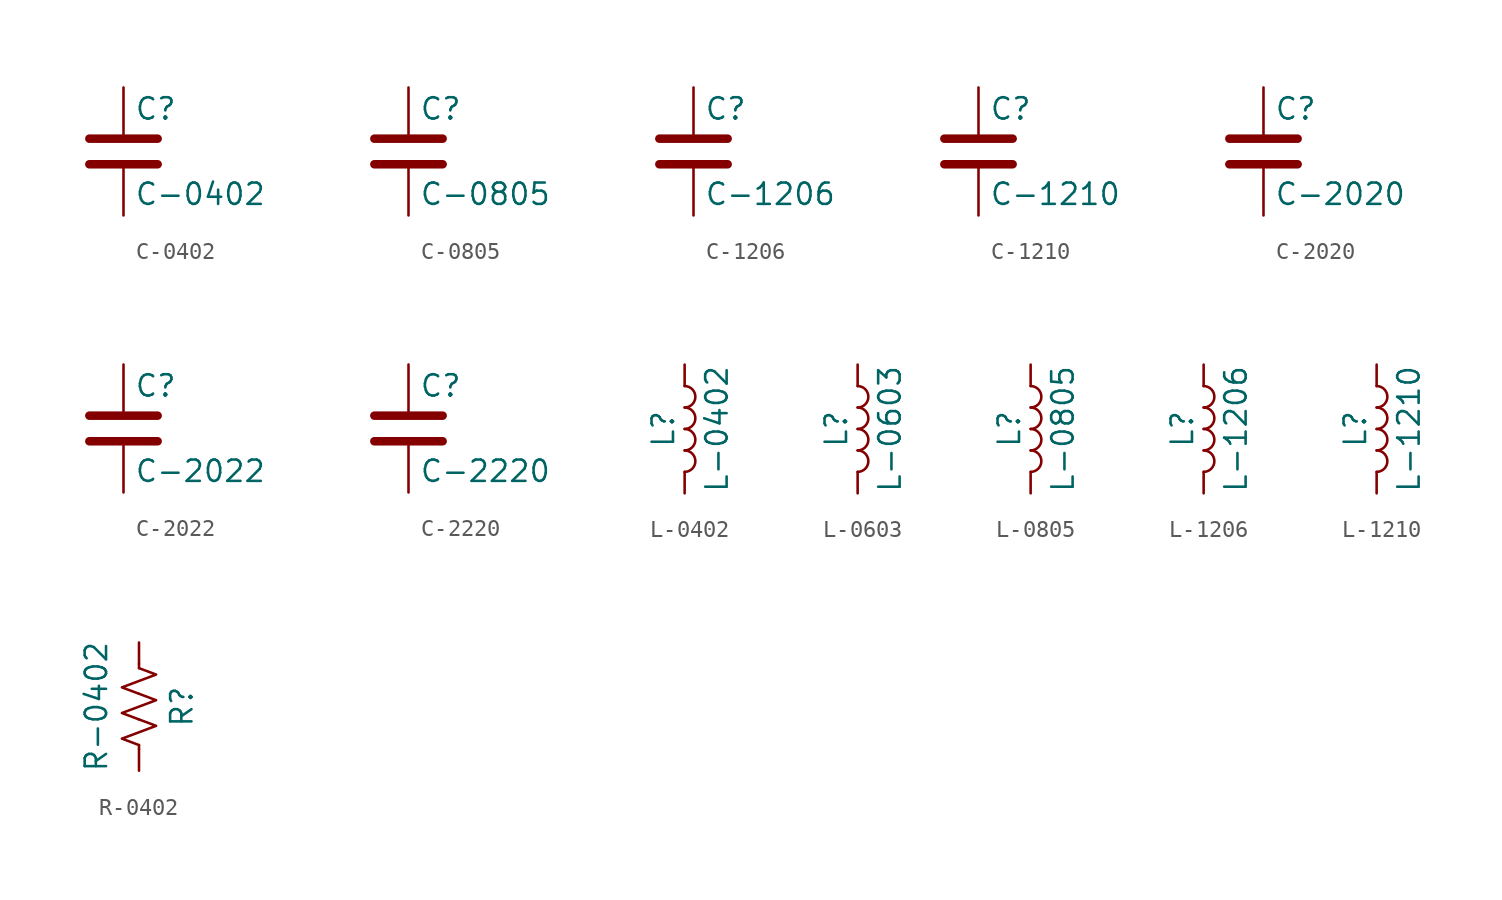
<source format=kicad_sym>
(kicad_symbol_lib
  (version 20200126)
  (host kicad_symbol_editor "(5.99.0-2251-g5226d6b4d)")
  (symbol "passives:C-0402"
    (pin_numbers hide)
    (pin_names
      (offset 0.254))
    (property "Reference" "C"
      (at 0.635 2.54 0)
      (effects (font (size 1.27 1.27)) (justify left)))
    (property "Value" "C-0402"
      (at 0.635 -2.54 0)
      (effects (font (size 1.27 1.27)) (justify left)))
    (symbol "C-0402_0_1"
      (polyline (pts (xy -2.032 -0.762) (xy 2.032 -0.762)) (stroke (width 0.508)) (fill (type none)))
      (polyline (pts (xy -2.032 0.762) (xy 2.032 0.762)) (stroke (width 0.508)) (fill (type none))))
    (symbol "C-0402_1_1"
      (pin passive line (at 0 3.81 270) (length 2.794) (name "~" (effects (font (size 1.27 1.27)))) (number "1" (effects (font (size 1.27 1.27)))))
      (pin passive line (at 0 -3.81 90) (length 2.794) (name "~" (effects (font (size 1.27 1.27)))) (number "2" (effects (font (size 1.27 1.27)))))))
  (symbol "passives:C-0805"
    (pin_numbers hide)
    (pin_names
      (offset 0.254))
    (property "Reference" "C"
      (at 0.635 2.54 0)
      (effects (font (size 1.27 1.27)) (justify left)))
    (property "Value" "C-0805"
      (at 0.635 -2.54 0)
      (effects (font (size 1.27 1.27)) (justify left)))
    (symbol "C-0805_0_1"
      (polyline (pts (xy -2.032 -0.762) (xy 2.032 -0.762)) (stroke (width 0.508)) (fill (type none)))
      (polyline (pts (xy -2.032 0.762) (xy 2.032 0.762)) (stroke (width 0.508)) (fill (type none))))
    (symbol "C-0805_1_1"
      (pin passive line (at 0 3.81 270) (length 2.794) (name "~" (effects (font (size 1.27 1.27)))) (number "1" (effects (font (size 1.27 1.27)))))
      (pin passive line (at 0 -3.81 90) (length 2.794) (name "~" (effects (font (size 1.27 1.27)))) (number "2" (effects (font (size 1.27 1.27)))))))
  (symbol "passives:C-1206"
    (pin_numbers hide)
    (pin_names
      (offset 0.254))
    (property "Reference" "C"
      (at 0.635 2.54 0)
      (effects (font (size 1.27 1.27)) (justify left)))
    (property "Value" "C-1206"
      (at 0.635 -2.54 0)
      (effects (font (size 1.27 1.27)) (justify left)))
    (symbol "C-1206_0_1"
      (polyline (pts (xy -2.032 -0.762) (xy 2.032 -0.762)) (stroke (width 0.508)) (fill (type none)))
      (polyline (pts (xy -2.032 0.762) (xy 2.032 0.762)) (stroke (width 0.508)) (fill (type none))))
    (symbol "C-1206_1_1"
      (pin passive line (at 0 3.81 270) (length 2.794) (name "~" (effects (font (size 1.27 1.27)))) (number "1" (effects (font (size 1.27 1.27)))))
      (pin passive line (at 0 -3.81 90) (length 2.794) (name "~" (effects (font (size 1.27 1.27)))) (number "2" (effects (font (size 1.27 1.27)))))))
  (symbol "passives:C-1210"
    (pin_numbers hide)
    (pin_names
      (offset 0.254))
    (property "Reference" "C"
      (at 0.635 2.54 0)
      (effects (font (size 1.27 1.27)) (justify left)))
    (property "Value" "C-1210"
      (at 0.635 -2.54 0)
      (effects (font (size 1.27 1.27)) (justify left)))
    (symbol "C-1210_0_1"
      (polyline (pts (xy -2.032 -0.762) (xy 2.032 -0.762)) (stroke (width 0.508)) (fill (type none)))
      (polyline (pts (xy -2.032 0.762) (xy 2.032 0.762)) (stroke (width 0.508)) (fill (type none))))
    (symbol "C-1210_1_1"
      (pin passive line (at 0 3.81 270) (length 2.794) (name "~" (effects (font (size 1.27 1.27)))) (number "1" (effects (font (size 1.27 1.27)))))
      (pin passive line (at 0 -3.81 90) (length 2.794) (name "~" (effects (font (size 1.27 1.27)))) (number "2" (effects (font (size 1.27 1.27)))))))
  (symbol "passives:C-2020"
    (pin_numbers hide)
    (pin_names
      (offset 0.254))
    (property "Reference" "C"
      (at 0.635 2.54 0)
      (effects (font (size 1.27 1.27)) (justify left)))
    (property "Value" "C-2020"
      (at 0.635 -2.54 0)
      (effects (font (size 1.27 1.27)) (justify left)))
    (symbol "C-2020_0_1"
      (polyline (pts (xy -2.032 -0.762) (xy 2.032 -0.762)) (stroke (width 0.508)) (fill (type none)))
      (polyline (pts (xy -2.032 0.762) (xy 2.032 0.762)) (stroke (width 0.508)) (fill (type none))))
    (symbol "C-2020_1_1"
      (pin passive line (at 0 3.81 270) (length 2.794) (name "~" (effects (font (size 1.27 1.27)))) (number "1" (effects (font (size 1.27 1.27)))))
      (pin passive line (at 0 -3.81 90) (length 2.794) (name "~" (effects (font (size 1.27 1.27)))) (number "2" (effects (font (size 1.27 1.27)))))))
  (symbol "passives:C-2022"
    (pin_numbers hide)
    (pin_names
      (offset 0.254))
    (property "Reference" "C"
      (at 0.635 2.54 0)
      (effects (font (size 1.27 1.27)) (justify left)))
    (property "Value" "C-2022"
      (at 0.635 -2.54 0)
      (effects (font (size 1.27 1.27)) (justify left)))
    (symbol "C-2022_0_1"
      (polyline (pts (xy -2.032 -0.762) (xy 2.032 -0.762)) (stroke (width 0.508)) (fill (type none)))
      (polyline (pts (xy -2.032 0.762) (xy 2.032 0.762)) (stroke (width 0.508)) (fill (type none))))
    (symbol "C-2022_1_1"
      (pin passive line (at 0 3.81 270) (length 2.794) (name "~" (effects (font (size 1.27 1.27)))) (number "1" (effects (font (size 1.27 1.27)))))
      (pin passive line (at 0 -3.81 90) (length 2.794) (name "~" (effects (font (size 1.27 1.27)))) (number "2" (effects (font (size 1.27 1.27)))))))
  (symbol "passives:C-2220"
    (pin_numbers hide)
    (pin_names
      (offset 0.254))
    (property "Reference" "C"
      (at 0.635 2.54 0)
      (effects (font (size 1.27 1.27)) (justify left)))
    (property "Value" "C-2220"
      (at 0.635 -2.54 0)
      (effects (font (size 1.27 1.27)) (justify left)))
    (symbol "C-2220_0_1"
      (polyline (pts (xy -2.032 -0.762) (xy 2.032 -0.762)) (stroke (width 0.508)) (fill (type none)))
      (polyline (pts (xy -2.032 0.762) (xy 2.032 0.762)) (stroke (width 0.508)) (fill (type none))))
    (symbol "C-2220_1_1"
      (pin passive line (at 0 3.81 270) (length 2.794) (name "~" (effects (font (size 1.27 1.27)))) (number "1" (effects (font (size 1.27 1.27)))))
      (pin passive line (at 0 -3.81 90) (length 2.794) (name "~" (effects (font (size 1.27 1.27)))) (number "2" (effects (font (size 1.27 1.27)))))))
  (symbol "passives:L-0402"
    (pin_numbers hide)
    (pin_names hide)
    (property "Reference" "L"
      (at -1.27 0 90)
      (effects (font (size 1.27 1.27))))
    (property "Value" "L-0402"
      (at 1.905 0 90)
      (effects (font (size 1.27 1.27))))
    (symbol "L-0402_0_1"
      (arc (start 0 -2.54) (end 0 -1.27) (radius (at 0 -1.905) (length 0.635) (angles -89.9 89.9)) (stroke (width 0)) (fill (type none)))
      (arc (start 0 -1.27) (end 0 0) (radius (at 0 -0.635) (length 0.635) (angles -89.9 89.9)) (stroke (width 0)) (fill (type none)))
      (arc (start 0 0) (end 0 1.27) (radius (at 0 0.635) (length 0.635) (angles -89.9 89.9)) (stroke (width 0)) (fill (type none)))
      (arc (start 0 1.27) (end 0 2.54) (radius (at 0 1.905) (length 0.635) (angles -89.9 89.9)) (stroke (width 0)) (fill (type none))))
    (symbol "L-0402_1_1"
      (pin passive line (at 0 3.81 270) (length 1.27) (name "1" (effects (font (size 1.27 1.27)))) (number "1" (effects (font (size 1.27 1.27)))))
      (pin passive line (at 0 -3.81 90) (length 1.27) (name "2" (effects (font (size 1.27 1.27)))) (number "2" (effects (font (size 1.27 1.27)))))))
  (symbol "passives:L-0603"
    (pin_numbers hide)
    (pin_names hide)
    (property "Reference" "L"
      (at -1.27 0 90)
      (effects (font (size 1.27 1.27))))
    (property "Value" "L-0603"
      (at 1.905 0 90)
      (effects (font (size 1.27 1.27))))
    (symbol "L-0603_0_1"
      (arc (start 0 -2.54) (end 0 -1.27) (radius (at 0 -1.905) (length 0.635) (angles -89.9 89.9)) (stroke (width 0)) (fill (type none)))
      (arc (start 0 -1.27) (end 0 0) (radius (at 0 -0.635) (length 0.635) (angles -89.9 89.9)) (stroke (width 0)) (fill (type none)))
      (arc (start 0 0) (end 0 1.27) (radius (at 0 0.635) (length 0.635) (angles -89.9 89.9)) (stroke (width 0)) (fill (type none)))
      (arc (start 0 1.27) (end 0 2.54) (radius (at 0 1.905) (length 0.635) (angles -89.9 89.9)) (stroke (width 0)) (fill (type none))))
    (symbol "L-0603_1_1"
      (pin passive line (at 0 3.81 270) (length 1.27) (name "1" (effects (font (size 1.27 1.27)))) (number "1" (effects (font (size 1.27 1.27)))))
      (pin passive line (at 0 -3.81 90) (length 1.27) (name "2" (effects (font (size 1.27 1.27)))) (number "2" (effects (font (size 1.27 1.27)))))))
  (symbol "passives:L-0805"
    (pin_numbers hide)
    (pin_names hide)
    (property "Reference" "L"
      (at -1.27 0 90)
      (effects (font (size 1.27 1.27))))
    (property "Value" "L-0805"
      (at 1.905 0 90)
      (effects (font (size 1.27 1.27))))
    (symbol "L-0805_0_1"
      (arc (start 0 -2.54) (end 0 -1.27) (radius (at 0 -1.905) (length 0.635) (angles -89.9 89.9)) (stroke (width 0)) (fill (type none)))
      (arc (start 0 -1.27) (end 0 0) (radius (at 0 -0.635) (length 0.635) (angles -89.9 89.9)) (stroke (width 0)) (fill (type none)))
      (arc (start 0 0) (end 0 1.27) (radius (at 0 0.635) (length 0.635) (angles -89.9 89.9)) (stroke (width 0)) (fill (type none)))
      (arc (start 0 1.27) (end 0 2.54) (radius (at 0 1.905) (length 0.635) (angles -89.9 89.9)) (stroke (width 0)) (fill (type none))))
    (symbol "L-0805_1_1"
      (pin passive line (at 0 3.81 270) (length 1.27) (name "1" (effects (font (size 1.27 1.27)))) (number "1" (effects (font (size 1.27 1.27)))))
      (pin passive line (at 0 -3.81 90) (length 1.27) (name "2" (effects (font (size 1.27 1.27)))) (number "2" (effects (font (size 1.27 1.27)))))))
  (symbol "passives:L-1206"
    (pin_numbers hide)
    (pin_names hide)
    (property "Reference" "L"
      (at -1.27 0 90)
      (effects (font (size 1.27 1.27))))
    (property "Value" "L-1206"
      (at 1.905 0 90)
      (effects (font (size 1.27 1.27))))
    (symbol "L-1206_0_1"
      (arc (start 0 -2.54) (end 0 -1.27) (radius (at 0 -1.905) (length 0.635) (angles -89.9 89.9)) (stroke (width 0)) (fill (type none)))
      (arc (start 0 -1.27) (end 0 0) (radius (at 0 -0.635) (length 0.635) (angles -89.9 89.9)) (stroke (width 0)) (fill (type none)))
      (arc (start 0 0) (end 0 1.27) (radius (at 0 0.635) (length 0.635) (angles -89.9 89.9)) (stroke (width 0)) (fill (type none)))
      (arc (start 0 1.27) (end 0 2.54) (radius (at 0 1.905) (length 0.635) (angles -89.9 89.9)) (stroke (width 0)) (fill (type none))))
    (symbol "L-1206_1_1"
      (pin passive line (at 0 3.81 270) (length 1.27) (name "1" (effects (font (size 1.27 1.27)))) (number "1" (effects (font (size 1.27 1.27)))))
      (pin passive line (at 0 -3.81 90) (length 1.27) (name "2" (effects (font (size 1.27 1.27)))) (number "2" (effects (font (size 1.27 1.27)))))))
  (symbol "passives:L-1210"
    (pin_numbers hide)
    (pin_names hide)
    (property "Reference" "L"
      (at -1.27 0 90)
      (effects (font (size 1.27 1.27))))
    (property "Value" "L-1210"
      (at 1.905 0 90)
      (effects (font (size 1.27 1.27))))
    (symbol "L-1210_0_1"
      (arc (start 0 -2.54) (end 0 -1.27) (radius (at 0 -1.905) (length 0.635) (angles -89.9 89.9)) (stroke (width 0)) (fill (type none)))
      (arc (start 0 -1.27) (end 0 0) (radius (at 0 -0.635) (length 0.635) (angles -89.9 89.9)) (stroke (width 0)) (fill (type none)))
      (arc (start 0 0) (end 0 1.27) (radius (at 0 0.635) (length 0.635) (angles -89.9 89.9)) (stroke (width 0)) (fill (type none)))
      (arc (start 0 1.27) (end 0 2.54) (radius (at 0 1.905) (length 0.635) (angles -89.9 89.9)) (stroke (width 0)) (fill (type none))))
    (symbol "L-1210_1_1"
      (pin passive line (at 0 3.81 270) (length 1.27) (name "1" (effects (font (size 1.27 1.27)))) (number "1" (effects (font (size 1.27 1.27)))))
      (pin passive line (at 0 -3.81 90) (length 1.27) (name "2" (effects (font (size 1.27 1.27)))) (number "2" (effects (font (size 1.27 1.27)))))))
  (symbol "passives:R-0402"
    (pin_numbers hide)
    (pin_names
      (offset 0))
    (property "Reference" "R"
      (at 2.54 0 90)
      (effects (font (size 1.27 1.27))))
    (property "Value" "R-0402"
      (at -2.54 0 90)
      (effects (font (size 1.27 1.27))))
    (symbol "R-0402_0_1"
      (polyline (pts (xy 0 -2.286) (xy 0 -2.54)) (stroke (width 0)) (fill (type none)))
      (polyline (pts (xy 0 2.286) (xy 0 2.54)) (stroke (width 0)) (fill (type none)))
      (polyline (pts (xy 0 -0.762) (xy 1.016 -1.143) (xy 0 -1.524) (xy -1.016 -1.905) (xy 0 -2.286)) (stroke (width 0)) (fill (type none)))
      (polyline (pts (xy 0 0.762) (xy 1.016 0.381) (xy 0 0) (xy -1.016 -0.381) (xy 0 -0.762)) (stroke (width 0)) (fill (type none)))
      (polyline (pts (xy 0 2.286) (xy 1.016 1.905) (xy 0 1.524) (xy -1.016 1.143) (xy 0 0.762)) (stroke (width 0)) (fill (type none))))
    (symbol "R-0402_1_1"
      (pin passive line (at 0 3.81 270) (length 1.27) (name "~" (effects (font (size 1.27 1.27)))) (number "1" (effects (font (size 1.27 1.27)))))
      (pin passive line (at 0 -3.81 90) (length 1.27) (name "~" (effects (font (size 1.27 1.27)))) (number "2" (effects (font (size 1.27 1.27))))))))
</source>
